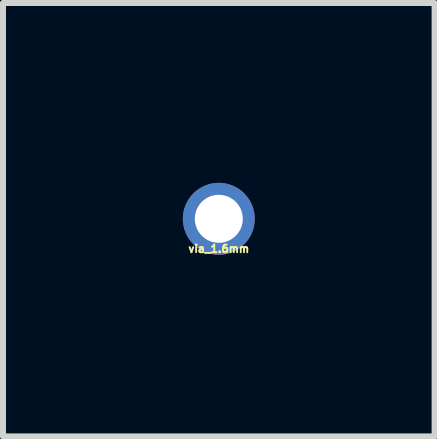
<source format=kicad_pcb>
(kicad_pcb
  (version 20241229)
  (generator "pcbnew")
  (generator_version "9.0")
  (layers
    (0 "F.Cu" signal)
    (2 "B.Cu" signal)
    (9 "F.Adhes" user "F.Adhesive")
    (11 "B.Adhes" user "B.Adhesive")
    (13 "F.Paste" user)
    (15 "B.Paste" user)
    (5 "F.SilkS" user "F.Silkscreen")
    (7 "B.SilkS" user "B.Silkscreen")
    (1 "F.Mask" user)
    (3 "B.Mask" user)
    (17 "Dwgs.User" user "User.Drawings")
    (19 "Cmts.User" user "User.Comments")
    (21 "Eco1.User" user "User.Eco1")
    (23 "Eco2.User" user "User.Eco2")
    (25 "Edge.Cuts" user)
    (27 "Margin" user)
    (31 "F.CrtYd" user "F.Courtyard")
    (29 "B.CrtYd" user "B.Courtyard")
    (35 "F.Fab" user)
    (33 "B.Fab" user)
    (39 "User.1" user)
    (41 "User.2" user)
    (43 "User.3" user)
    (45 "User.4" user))
  (footprint "via_1.6mm"
    (layer "F.Cu")
    (at 0.6 0.6)
    (property "Reference" "via_1.6mm" (at 0 0.5 0) (layer "F.SilkS") (effects (font (size 0.127 0.127) (thickness 0.032))))
    (attr through_hole)
    (pad "" thru_hole circle (at 0 0) (size 1.2 1.2) (drill 0.8) (layers "*.Cu")))
  (gr_rect
    (start -3 -3)
    (end 4.2 4.23)
    (stroke (width 0.1) (type default))
    (fill no)
    (layer "Edge.Cuts")))
</source>
